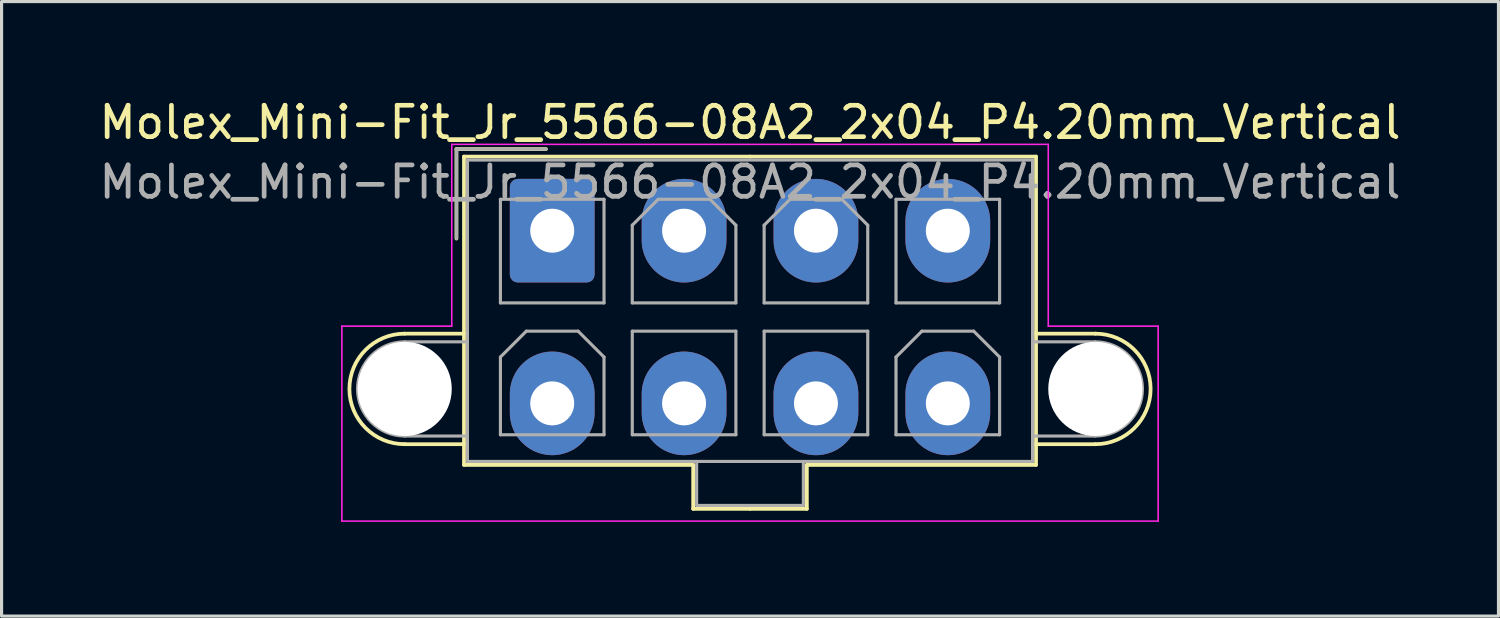
<source format=kicad_pcb>
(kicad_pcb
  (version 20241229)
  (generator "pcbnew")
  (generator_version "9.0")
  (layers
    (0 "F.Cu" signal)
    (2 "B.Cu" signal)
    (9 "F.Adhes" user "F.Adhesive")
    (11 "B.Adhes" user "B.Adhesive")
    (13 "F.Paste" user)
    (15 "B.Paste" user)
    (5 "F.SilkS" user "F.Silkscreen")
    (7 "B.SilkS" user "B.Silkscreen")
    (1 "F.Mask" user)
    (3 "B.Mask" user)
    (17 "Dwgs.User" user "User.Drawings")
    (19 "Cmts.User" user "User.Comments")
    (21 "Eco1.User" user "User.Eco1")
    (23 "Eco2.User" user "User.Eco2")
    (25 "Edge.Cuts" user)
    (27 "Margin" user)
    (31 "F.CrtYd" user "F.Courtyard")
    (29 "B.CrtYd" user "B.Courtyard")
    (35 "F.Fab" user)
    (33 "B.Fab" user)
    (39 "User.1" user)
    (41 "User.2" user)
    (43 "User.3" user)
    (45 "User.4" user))
  (footprint "Molex_Mini-Fit_Jr_5566-08A2_2x04_P4.20mm_Vertical"
    (layer "F.Cu")
    (at 14.539 4.298)
    (property "Reference" "Molex_Mini-Fit_Jr_5566-08A2_2x04_P4.20mm_Vertical" (at 6.3 -3.45 0) (layer "F.SilkS") (effects (font (size 1 1) (thickness 0.15))))
    (attr through_hole)
    (fp_line (start -4.7 3.28) (end -2.81 3.28) (stroke (width 0.12) (type solid)) (layer "F.SilkS"))
    (fp_line (start -4.7 6.8) (end -2.81 6.8) (stroke (width 0.12) (type solid)) (layer "F.SilkS"))
    (fp_line (start -3.05 -2.6) (end -3.05 0.25) (stroke (width 0.12) (type solid)) (layer "F.SilkS"))
    (fp_line (start -2.81 -2.36) (end -2.81 7.46) (stroke (width 0.12) (type solid)) (layer "F.SilkS"))
    (fp_line (start -2.81 7.46) (end 4.49 7.46) (stroke (width 0.12) (type solid)) (layer "F.SilkS"))
    (fp_line (start -0.2 -2.6) (end -3.05 -2.6) (stroke (width 0.12) (type solid)) (layer "F.SilkS"))
    (fp_line (start 4.49 7.46) (end 4.49 8.86) (stroke (width 0.12) (type solid)) (layer "F.SilkS"))
    (fp_line (start 4.49 8.86) (end 6.3 8.86) (stroke (width 0.12) (type solid)) (layer "F.SilkS"))
    (fp_line (start 6.3 -2.36) (end -2.81 -2.36) (stroke (width 0.12) (type solid)) (layer "F.SilkS"))
    (fp_line (start 6.3 -2.36) (end 15.41 -2.36) (stroke (width 0.12) (type solid)) (layer "F.SilkS"))
    (fp_line (start 8.11 7.46) (end 8.11 8.86) (stroke (width 0.12) (type solid)) (layer "F.SilkS"))
    (fp_line (start 8.11 8.86) (end 6.3 8.86) (stroke (width 0.12) (type solid)) (layer "F.SilkS"))
    (fp_line (start 15.41 -2.36) (end 15.41 7.46) (stroke (width 0.12) (type solid)) (layer "F.SilkS"))
    (fp_line (start 15.41 7.46) (end 8.11 7.46) (stroke (width 0.12) (type solid)) (layer "F.SilkS"))
    (fp_line (start 17.3 3.28) (end 15.41 3.28) (stroke (width 0.12) (type solid)) (layer "F.SilkS"))
    (fp_line (start 17.3 6.8) (end 15.41 6.8) (stroke (width 0.12) (type solid)) (layer "F.SilkS"))
    (fp_arc (start -4.7 6.8) (mid -6.46 5.04) (end -4.7 3.28) (stroke (width 0.12) (type solid)) (layer "F.SilkS"))
    (fp_arc (start 17.3 3.28) (mid 19.06 5.04) (end 17.3 6.8) (stroke (width 0.12) (type solid)) (layer "F.SilkS"))
    (fp_line (start -6.7 3.04) (end -6.7 9.25) (stroke (width 0.05) (type solid)) (layer "F.CrtYd"))
    (fp_line (start -6.7 9.25) (end 19.3 9.25) (stroke (width 0.05) (type solid)) (layer "F.CrtYd"))
    (fp_line (start -3.2 -2.75) (end -3.2 3.04) (stroke (width 0.05) (type solid)) (layer "F.CrtYd"))
    (fp_line (start -3.2 3.04) (end -6.7 3.04) (stroke (width 0.05) (type solid)) (layer "F.CrtYd"))
    (fp_line (start 15.8 -2.75) (end -3.2 -2.75) (stroke (width 0.05) (type solid)) (layer "F.CrtYd"))
    (fp_line (start 15.8 3.04) (end 15.8 -2.75) (stroke (width 0.05) (type solid)) (layer "F.CrtYd"))
    (fp_line (start 19.3 3.04) (end 15.8 3.04) (stroke (width 0.05) (type solid)) (layer "F.CrtYd"))
    (fp_line (start 19.3 9.25) (end 19.3 3.04) (stroke (width 0.05) (type solid)) (layer "F.CrtYd"))
    (fp_line (start -4.7 3.54) (end -2.7 3.54) (stroke (width 0.1) (type solid)) (layer "F.Fab"))
    (fp_line (start -4.7 6.54) (end -2.7 6.54) (stroke (width 0.1) (type solid)) (layer "F.Fab"))
    (fp_line (start -3.05 -2.6) (end -3.05 0.25) (stroke (width 0.1) (type solid)) (layer "F.Fab"))
    (fp_line (start -2.7 -2.25) (end -2.7 7.35) (stroke (width 0.1) (type solid)) (layer "F.Fab"))
    (fp_line (start -2.7 7.35) (end 15.3 7.35) (stroke (width 0.1) (type solid)) (layer "F.Fab"))
    (fp_line (start -1.65 -1) (end -1.65 2.3) (stroke (width 0.1) (type solid)) (layer "F.Fab"))
    (fp_line (start -1.65 2.3) (end 1.65 2.3) (stroke (width 0.1) (type solid)) (layer "F.Fab"))
    (fp_line (start -1.65 4.025) (end -0.825 3.2) (stroke (width 0.1) (type solid)) (layer "F.Fab"))
    (fp_line (start -1.65 6.5) (end -1.65 4.025) (stroke (width 0.1) (type solid)) (layer "F.Fab"))
    (fp_line (start -0.825 3.2) (end 0.825 3.2) (stroke (width 0.1) (type solid)) (layer "F.Fab"))
    (fp_line (start -0.2 -2.6) (end -3.05 -2.6) (stroke (width 0.1) (type solid)) (layer "F.Fab"))
    (fp_line (start 0.825 3.2) (end 1.65 4.025) (stroke (width 0.1) (type solid)) (layer "F.Fab"))
    (fp_line (start 1.65 -1) (end -1.65 -1) (stroke (width 0.1) (type solid)) (layer "F.Fab"))
    (fp_line (start 1.65 2.3) (end 1.65 -1) (stroke (width 0.1) (type solid)) (layer "F.Fab"))
    (fp_line (start 1.65 4.025) (end 1.65 6.5) (stroke (width 0.1) (type solid)) (layer "F.Fab"))
    (fp_line (start 1.65 6.5) (end -1.65 6.5) (stroke (width 0.1) (type solid)) (layer "F.Fab"))
    (fp_line (start 2.55 -0.175) (end 3.375 -1) (stroke (width 0.1) (type solid)) (layer "F.Fab"))
    (fp_line (start 2.55 2.3) (end 2.55 -0.175) (stroke (width 0.1) (type solid)) (layer "F.Fab"))
    (fp_line (start 2.55 3.2) (end 2.55 6.5) (stroke (width 0.1) (type solid)) (layer "F.Fab"))
    (fp_line (start 2.55 6.5) (end 5.85 6.5) (stroke (width 0.1) (type solid)) (layer "F.Fab"))
    (fp_line (start 3.375 -1) (end 5.025 -1) (stroke (width 0.1) (type solid)) (layer "F.Fab"))
    (fp_line (start 4.6 7.35) (end 4.6 8.75) (stroke (width 0.1) (type solid)) (layer "F.Fab"))
    (fp_line (start 4.6 8.75) (end 8 8.75) (stroke (width 0.1) (type solid)) (layer "F.Fab"))
    (fp_line (start 5.025 -1) (end 5.85 -0.175) (stroke (width 0.1) (type solid)) (layer "F.Fab"))
    (fp_line (start 5.85 -0.175) (end 5.85 2.3) (stroke (width 0.1) (type solid)) (layer "F.Fab"))
    (fp_line (start 5.85 2.3) (end 2.55 2.3) (stroke (width 0.1) (type solid)) (layer "F.Fab"))
    (fp_line (start 5.85 3.2) (end 2.55 3.2) (stroke (width 0.1) (type solid)) (layer "F.Fab"))
    (fp_line (start 5.85 6.5) (end 5.85 3.2) (stroke (width 0.1) (type solid)) (layer "F.Fab"))
    (fp_line (start 6.75 -0.175) (end 7.575 -1) (stroke (width 0.1) (type solid)) (layer "F.Fab"))
    (fp_line (start 6.75 2.3) (end 6.75 -0.175) (stroke (width 0.1) (type solid)) (layer "F.Fab"))
    (fp_line (start 6.75 3.2) (end 6.75 6.5) (stroke (width 0.1) (type solid)) (layer "F.Fab"))
    (fp_line (start 6.75 6.5) (end 10.05 6.5) (stroke (width 0.1) (type solid)) (layer "F.Fab"))
    (fp_line (start 7.575 -1) (end 9.225 -1) (stroke (width 0.1) (type solid)) (layer "F.Fab"))
    (fp_line (start 8 8.75) (end 8 7.35) (stroke (width 0.1) (type solid)) (layer "F.Fab"))
    (fp_line (start 9.225 -1) (end 10.05 -0.175) (stroke (width 0.1) (type solid)) (layer "F.Fab"))
    (fp_line (start 10.05 -0.175) (end 10.05 2.3) (stroke (width 0.1) (type solid)) (layer "F.Fab"))
    (fp_line (start 10.05 2.3) (end 6.75 2.3) (stroke (width 0.1) (type solid)) (layer "F.Fab"))
    (fp_line (start 10.05 3.2) (end 6.75 3.2) (stroke (width 0.1) (type solid)) (layer "F.Fab"))
    (fp_line (start 10.05 6.5) (end 10.05 3.2) (stroke (width 0.1) (type solid)) (layer "F.Fab"))
    (fp_line (start 10.95 -1) (end 10.95 2.3) (stroke (width 0.1) (type solid)) (layer "F.Fab"))
    (fp_line (start 10.95 2.3) (end 14.25 2.3) (stroke (width 0.1) (type solid)) (layer "F.Fab"))
    (fp_line (start 10.95 4.025) (end 11.775 3.2) (stroke (width 0.1) (type solid)) (layer "F.Fab"))
    (fp_line (start 10.95 6.5) (end 10.95 4.025) (stroke (width 0.1) (type solid)) (layer "F.Fab"))
    (fp_line (start 11.775 3.2) (end 13.425 3.2) (stroke (width 0.1) (type solid)) (layer "F.Fab"))
    (fp_line (start 13.425 3.2) (end 14.25 4.025) (stroke (width 0.1) (type solid)) (layer "F.Fab"))
    (fp_line (start 14.25 -1) (end 10.95 -1) (stroke (width 0.1) (type solid)) (layer "F.Fab"))
    (fp_line (start 14.25 2.3) (end 14.25 -1) (stroke (width 0.1) (type solid)) (layer "F.Fab"))
    (fp_line (start 14.25 4.025) (end 14.25 6.5) (stroke (width 0.1) (type solid)) (layer "F.Fab"))
    (fp_line (start 14.25 6.5) (end 10.95 6.5) (stroke (width 0.1) (type solid)) (layer "F.Fab"))
    (fp_line (start 15.3 -2.25) (end -2.7 -2.25) (stroke (width 0.1) (type solid)) (layer "F.Fab"))
    (fp_line (start 15.3 7.35) (end 15.3 -2.25) (stroke (width 0.1) (type solid)) (layer "F.Fab"))
    (fp_line (start 17.3 3.54) (end 15.3 3.54) (stroke (width 0.1) (type solid)) (layer "F.Fab"))
    (fp_line (start 17.3 6.54) (end 15.3 6.54) (stroke (width 0.1) (type solid)) (layer "F.Fab"))
    (fp_arc (start -4.7 6.54) (mid -6.2 5.04) (end -4.7 3.54) (stroke (width 0.1) (type solid)) (layer "F.Fab"))
    (fp_arc (start 17.3 3.54) (mid 18.8 5.04) (end 17.3 6.54) (stroke (width 0.1) (type solid)) (layer "F.Fab"))
    (fp_text user "${REFERENCE}" (at 6.3 -1.55 0) (layer "F.Fab") (effects (font (size 1 1) (thickness 0.15))))
    (pad "" np_thru_hole circle (at -4.7 5.04) (size 3 3) (drill 3) (layers "*.Cu" "*.Mask"))
    (pad "" np_thru_hole circle (at 17.3 5.04) (size 3 3) (drill 3) (layers "*.Cu" "*.Mask"))
    (pad "1" thru_hole roundrect (at 0 0) (size 2.7 3.3) (drill 1.4) (layers "*.Cu" "*.Mask") (roundrect_rratio 0.093))
    (pad "2" thru_hole oval (at 4.2 0) (size 2.7 3.3) (drill 1.4) (layers "*.Cu" "*.Mask"))
    (pad "3" thru_hole oval (at 8.4 0) (size 2.7 3.3) (drill 1.4) (layers "*.Cu" "*.Mask"))
    (pad "4" thru_hole oval (at 12.6 0) (size 2.7 3.3) (drill 1.4) (layers "*.Cu" "*.Mask"))
    (pad "5" thru_hole oval (at 0 5.5) (size 2.7 3.3) (drill 1.4) (layers "*.Cu" "*.Mask"))
    (pad "6" thru_hole oval (at 4.2 5.5) (size 2.7 3.3) (drill 1.4) (layers "*.Cu" "*.Mask"))
    (pad "7" thru_hole oval (at 8.4 5.5) (size 2.7 3.3) (drill 1.4) (layers "*.Cu" "*.Mask"))
    (pad "8" thru_hole oval (at 12.6 5.5) (size 2.7 3.3) (drill 1.4) (layers "*.Cu" "*.Mask")))
  (gr_rect
    (start -3 -3)
    (end 44.679 16.573)
    (stroke (width 0.1) (type default))
    (fill no)
    (layer "Edge.Cuts")))
</source>
